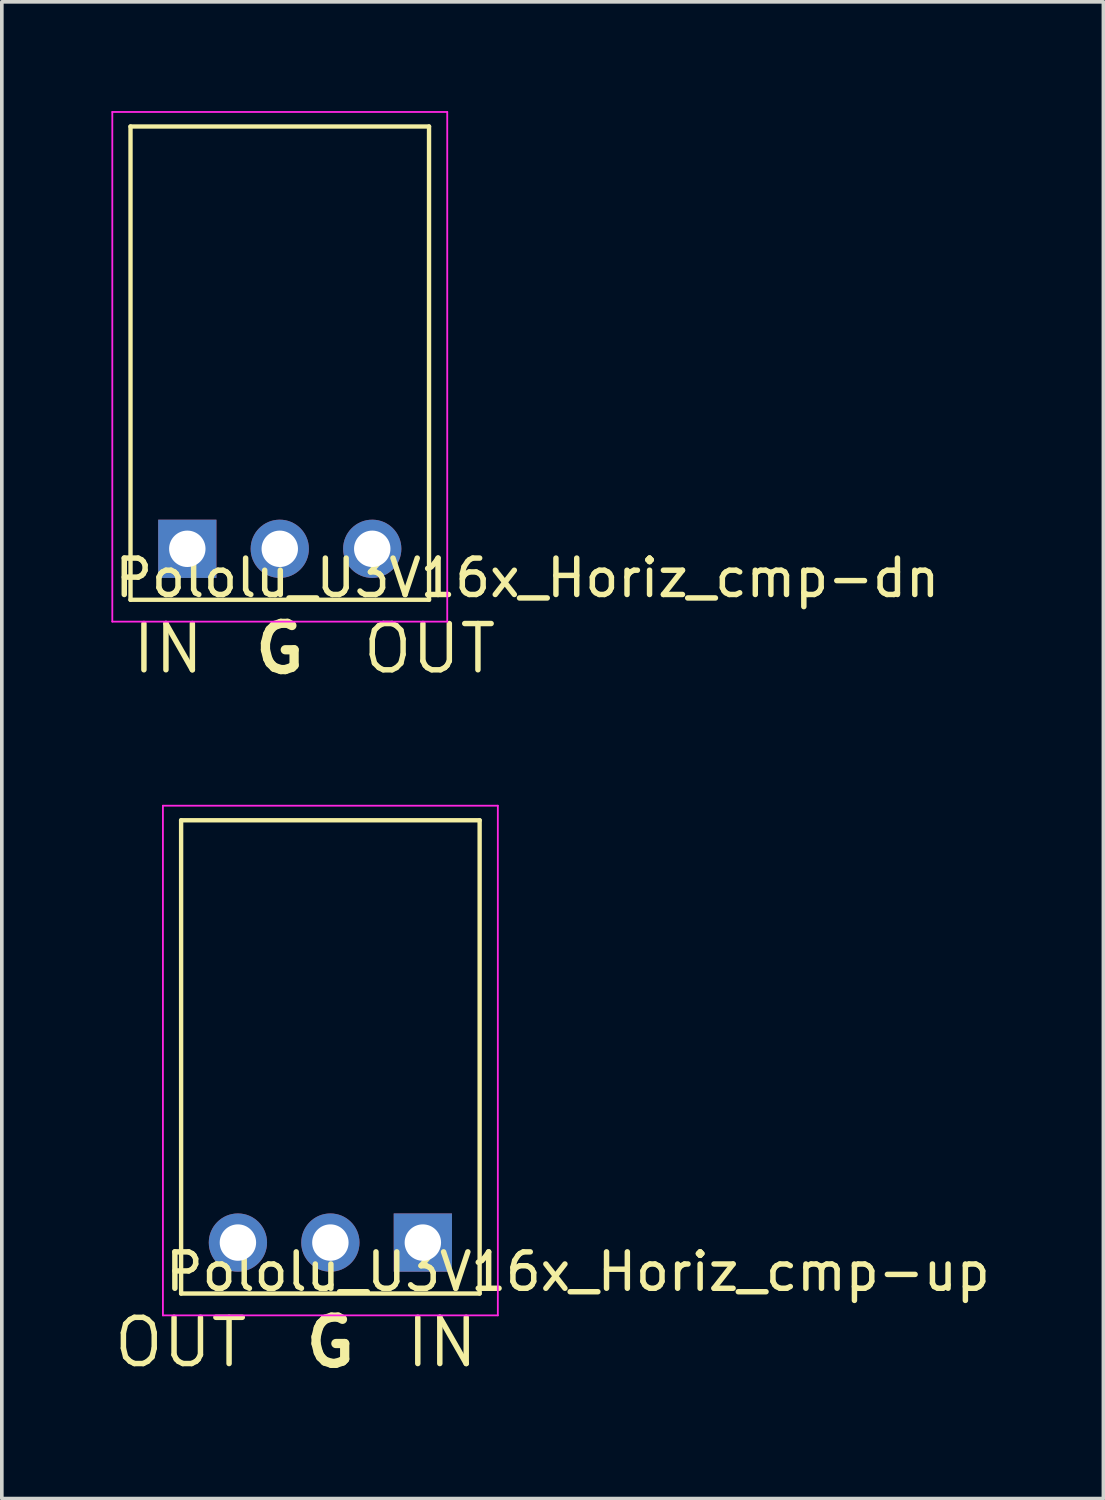
<source format=kicad_pcb>
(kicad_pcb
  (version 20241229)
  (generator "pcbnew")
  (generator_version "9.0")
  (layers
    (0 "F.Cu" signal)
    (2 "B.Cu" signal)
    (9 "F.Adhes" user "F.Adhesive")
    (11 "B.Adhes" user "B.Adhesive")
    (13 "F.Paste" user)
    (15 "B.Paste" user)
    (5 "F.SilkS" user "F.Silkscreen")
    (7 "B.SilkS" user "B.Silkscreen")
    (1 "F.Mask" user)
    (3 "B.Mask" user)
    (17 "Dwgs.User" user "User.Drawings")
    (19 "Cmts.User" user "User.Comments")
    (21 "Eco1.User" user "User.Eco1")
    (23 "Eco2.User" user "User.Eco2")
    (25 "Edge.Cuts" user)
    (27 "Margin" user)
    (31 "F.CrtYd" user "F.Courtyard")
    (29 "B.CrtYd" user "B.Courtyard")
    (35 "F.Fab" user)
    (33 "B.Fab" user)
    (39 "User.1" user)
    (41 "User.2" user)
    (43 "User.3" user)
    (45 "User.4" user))
  (footprint "Pololu_U3V16x_Horiz_cmp-up"
    (layer "F.Cu")
    (at 6.025 31.082)
    (property "Reference" "Pololu_U3V16x_Horiz_cmp-up" (at 6.8 0.8 0) (layer "F.SilkS") (effects (font (size 1 1) (thickness 0.15))))
    (attr through_hole)
    (fp_line (start -4.1 1.4) (end -4.1 -11.6) (stroke (width 0.12) (type solid)) (layer "F.SilkS"))
    (fp_line (start -4.1 1.4) (end 4.1 1.4) (stroke (width 0.12) (type solid)) (layer "F.SilkS"))
    (fp_line (start 4.1 -11.6) (end -4.1 -11.6) (stroke (width 0.12) (type solid)) (layer "F.SilkS"))
    (fp_line (start 4.1 -11.6) (end 4.1 1.4) (stroke (width 0.12) (type solid)) (layer "F.SilkS"))
    (fp_line (start -4.6 -12) (end -4.6 2) (stroke (width 0.05) (type solid)) (layer "F.CrtYd"))
    (fp_line (start -4.6 -12) (end 4.6 -12) (stroke (width 0.05) (type solid)) (layer "F.CrtYd"))
    (fp_line (start 4.6 -12) (end 4.6 2) (stroke (width 0.05) (type solid)) (layer "F.CrtYd"))
    (fp_line (start 4.6 2) (end -4.6 2) (stroke (width 0.05) (type solid)) (layer "F.CrtYd"))
    (fp_text user "G" (at 0 2 0) (unlocked yes) (layer "F.SilkS") (effects (font (size 1.27 1.27) (thickness 0.254) (bold yes)) (justify top)))
    (fp_text user "OUT" (at -2.2 2 0) (unlocked yes) (layer "F.SilkS") (effects (font (size 1.27 1.27) (thickness 0.15)) (justify right top)))
    (fp_text user "IN" (at 2 2 0) (unlocked yes) (layer "F.SilkS") (effects (font (size 1.27 1.27) (thickness 0.15)) (justify left top)))
    (pad "1" thru_hole circle (at -2.54 0) (size 1.6 1.6) (drill 1) (layers "*.Cu" "*.Mask"))
    (pad "2" thru_hole circle (at 0 0) (size 1.6 1.6) (drill 1) (layers "*.Cu" "*.Mask"))
    (pad "3" thru_hole rect (at 2.54 0) (size 1.6 1.6) (drill 1) (layers "*.Cu" "*.Mask")))
  (footprint "Pololu_U3V16x_Horiz_cmp-dn"
    (layer "F.Cu")
    (at 4.635 12.025)
    (property "Reference" "Pololu_U3V16x_Horiz_cmp-dn" (at 6.8 0.8 0) (layer "F.SilkS") (effects (font (size 1 1) (thickness 0.15))))
    (attr through_hole)
    (fp_line (start -4.1 1.4) (end -4.1 -11.6) (stroke (width 0.12) (type solid)) (layer "F.SilkS"))
    (fp_line (start -4.1 1.4) (end 4.1 1.4) (stroke (width 0.12) (type solid)) (layer "F.SilkS"))
    (fp_line (start 4.1 -11.6) (end -4.1 -11.6) (stroke (width 0.12) (type solid)) (layer "F.SilkS"))
    (fp_line (start 4.1 -11.6) (end 4.1 1.4) (stroke (width 0.12) (type solid)) (layer "F.SilkS"))
    (fp_line (start -4.6 -12) (end -4.6 2) (stroke (width 0.05) (type solid)) (layer "F.CrtYd"))
    (fp_line (start -4.6 -12) (end 4.6 -12) (stroke (width 0.05) (type solid)) (layer "F.CrtYd"))
    (fp_line (start 4.6 -12) (end 4.6 2) (stroke (width 0.05) (type solid)) (layer "F.CrtYd"))
    (fp_line (start 4.6 2) (end -4.6 2) (stroke (width 0.05) (type solid)) (layer "F.CrtYd"))
    (fp_text user "G" (at 0 2 0) (unlocked yes) (layer "F.SilkS") (effects (font (size 1.27 1.27) (thickness 0.254) (bold yes)) (justify top)))
    (fp_text user "IN" (at -2 2 0) (unlocked yes) (layer "F.SilkS") (effects (font (size 1.27 1.27) (thickness 0.15)) (justify right top)))
    (fp_text user "OUT" (at 2.2 2 0) (unlocked yes) (layer "F.SilkS") (effects (font (size 1.27 1.27) (thickness 0.15)) (justify left top)))
    (pad "1" thru_hole circle (at 2.54 0) (size 1.6 1.6) (drill 1) (layers "*.Cu" "*.Mask"))
    (pad "2" thru_hole circle (at 0 0) (size 1.6 1.6) (drill 1) (layers "*.Cu" "*.Mask"))
    (pad "3" thru_hole rect (at -2.54 0) (size 1.6 1.6) (drill 1) (layers "*.Cu" "*.Mask")))
  (gr_rect
    (start -3 -3)
    (end 27.259 38.114)
    (stroke (width 0.1) (type default))
    (fill no)
    (layer "Edge.Cuts")))
</source>
